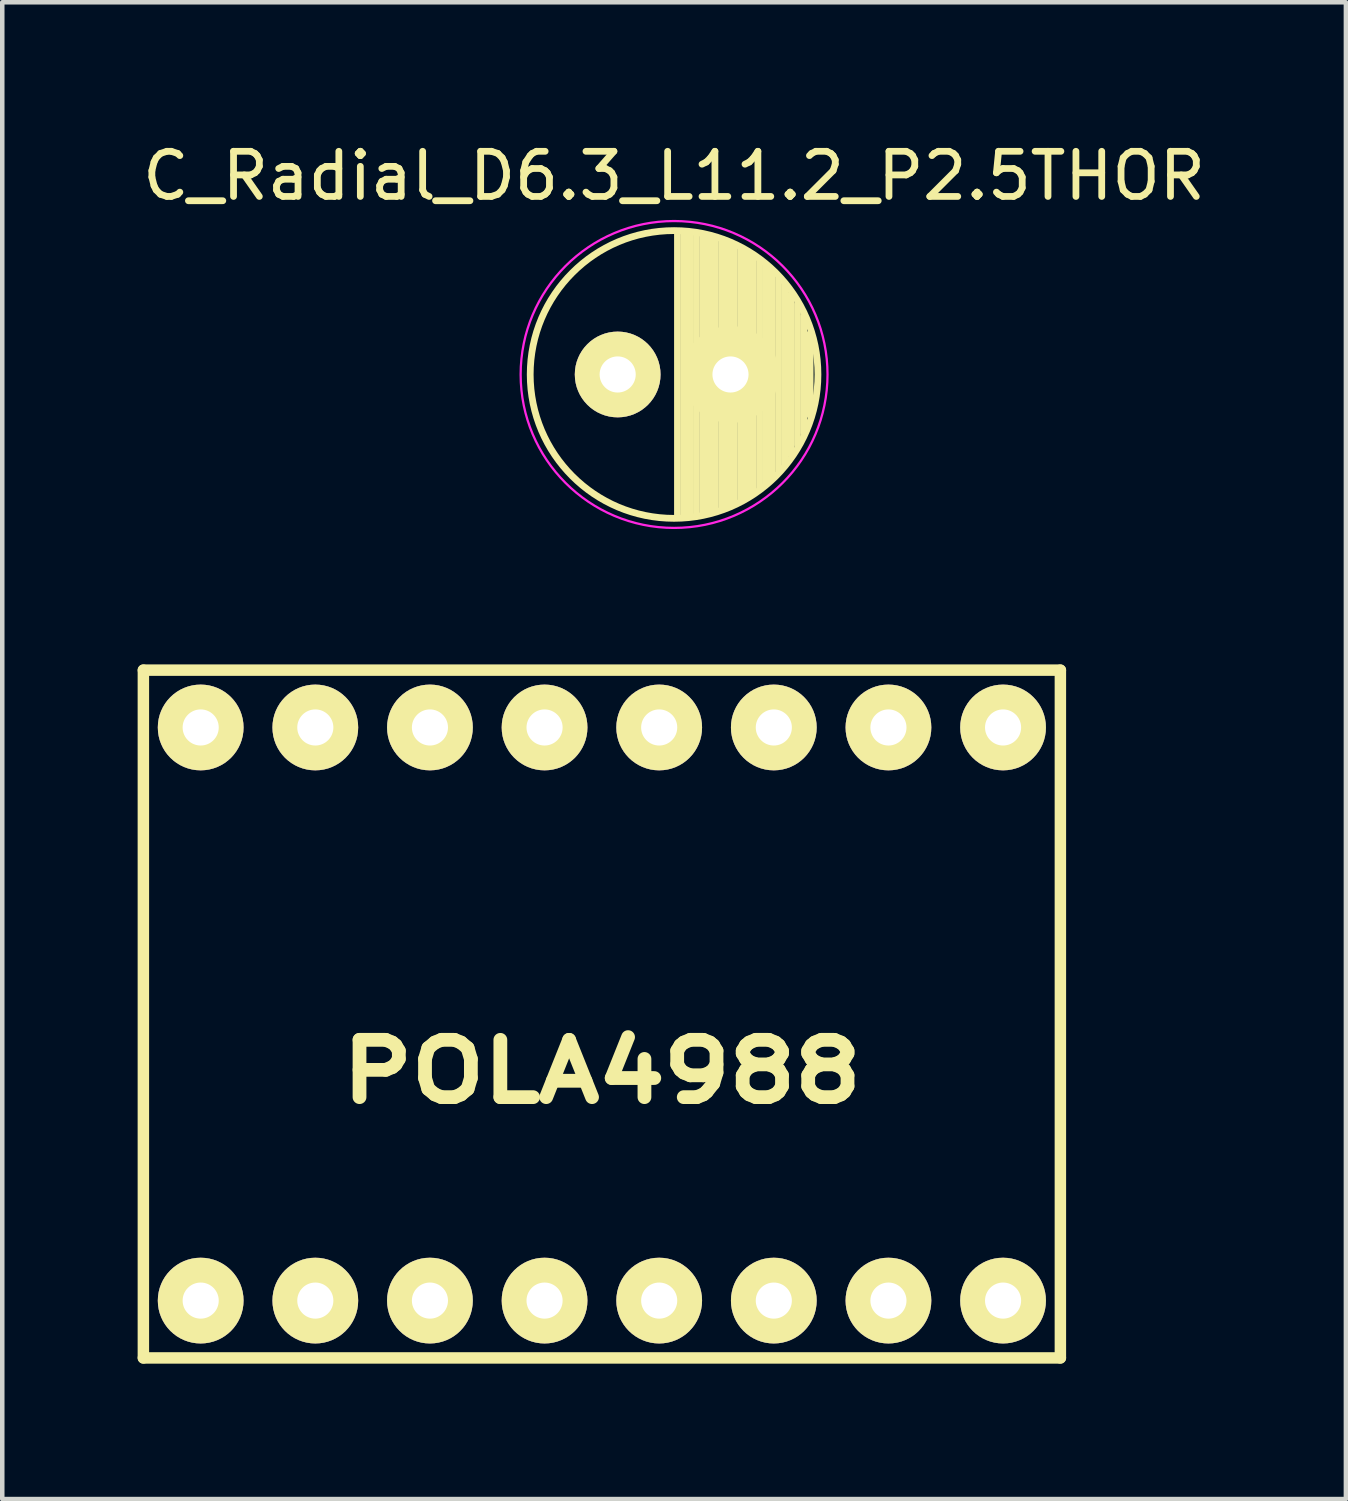
<source format=kicad_pcb>
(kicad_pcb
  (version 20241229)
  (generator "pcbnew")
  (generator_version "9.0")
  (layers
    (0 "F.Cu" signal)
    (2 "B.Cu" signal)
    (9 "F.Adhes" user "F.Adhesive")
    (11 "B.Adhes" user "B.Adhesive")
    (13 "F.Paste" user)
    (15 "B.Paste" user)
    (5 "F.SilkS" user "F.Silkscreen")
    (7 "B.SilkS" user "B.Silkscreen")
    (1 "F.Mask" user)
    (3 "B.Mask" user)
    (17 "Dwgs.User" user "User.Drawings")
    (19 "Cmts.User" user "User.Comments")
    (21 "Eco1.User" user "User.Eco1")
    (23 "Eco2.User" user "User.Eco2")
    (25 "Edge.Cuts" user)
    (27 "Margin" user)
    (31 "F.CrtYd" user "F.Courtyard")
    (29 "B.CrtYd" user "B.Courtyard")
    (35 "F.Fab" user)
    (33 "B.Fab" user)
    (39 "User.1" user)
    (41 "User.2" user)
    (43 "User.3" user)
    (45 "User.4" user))
  (footprint "C_Radial_D6.3_L11.2_P2.5THOR"
    (layer "F.Cu")
    (at 10.637 5.248)
    (property "Reference" "C_Radial_D6.3_L11.2_P2.5THOR" (at 1.25 -4.4 0) (layer "F.SilkS") (effects (font (size 1 1) (thickness 0.15))))
    (attr through_hole)
    (fp_line (start 1.325 -3.149) (end 1.325 3.149) (stroke (width 0.15) (type solid)) (layer "F.SilkS"))
    (fp_line (start 1.465 -3.143) (end 1.465 3.143) (stroke (width 0.15) (type solid)) (layer "F.SilkS"))
    (fp_line (start 1.605 -3.13) (end 1.605 -0.446) (stroke (width 0.15) (type solid)) (layer "F.SilkS"))
    (fp_line (start 1.605 0.446) (end 1.605 3.13) (stroke (width 0.15) (type solid)) (layer "F.SilkS"))
    (fp_line (start 1.745 -3.111) (end 1.745 -0.656) (stroke (width 0.15) (type solid)) (layer "F.SilkS"))
    (fp_line (start 1.745 0.656) (end 1.745 3.111) (stroke (width 0.15) (type solid)) (layer "F.SilkS"))
    (fp_line (start 1.885 -3.085) (end 1.885 -0.789) (stroke (width 0.15) (type solid)) (layer "F.SilkS"))
    (fp_line (start 1.885 0.789) (end 1.885 3.085) (stroke (width 0.15) (type solid)) (layer "F.SilkS"))
    (fp_line (start 2.025 -3.053) (end 2.025 -0.88) (stroke (width 0.15) (type solid)) (layer "F.SilkS"))
    (fp_line (start 2.025 0.88) (end 2.025 3.053) (stroke (width 0.15) (type solid)) (layer "F.SilkS"))
    (fp_line (start 2.165 -3.014) (end 2.165 -0.942) (stroke (width 0.15) (type solid)) (layer "F.SilkS"))
    (fp_line (start 2.165 0.942) (end 2.165 3.014) (stroke (width 0.15) (type solid)) (layer "F.SilkS"))
    (fp_line (start 2.305 -2.968) (end 2.305 -0.981) (stroke (width 0.15) (type solid)) (layer "F.SilkS"))
    (fp_line (start 2.305 0.981) (end 2.305 2.968) (stroke (width 0.15) (type solid)) (layer "F.SilkS"))
    (fp_line (start 2.445 -2.915) (end 2.445 -0.998) (stroke (width 0.15) (type solid)) (layer "F.SilkS"))
    (fp_line (start 2.445 0.998) (end 2.445 2.915) (stroke (width 0.15) (type solid)) (layer "F.SilkS"))
    (fp_line (start 2.585 -2.853) (end 2.585 -0.996) (stroke (width 0.15) (type solid)) (layer "F.SilkS"))
    (fp_line (start 2.585 0.996) (end 2.585 2.853) (stroke (width 0.15) (type solid)) (layer "F.SilkS"))
    (fp_line (start 2.725 -2.783) (end 2.725 -0.974) (stroke (width 0.15) (type solid)) (layer "F.SilkS"))
    (fp_line (start 2.725 0.974) (end 2.725 2.783) (stroke (width 0.15) (type solid)) (layer "F.SilkS"))
    (fp_line (start 2.865 -2.704) (end 2.865 -0.931) (stroke (width 0.15) (type solid)) (layer "F.SilkS"))
    (fp_line (start 2.865 0.931) (end 2.865 2.704) (stroke (width 0.15) (type solid)) (layer "F.SilkS"))
    (fp_line (start 3.005 -2.616) (end 3.005 -0.863) (stroke (width 0.15) (type solid)) (layer "F.SilkS"))
    (fp_line (start 3.005 0.863) (end 3.005 2.616) (stroke (width 0.15) (type solid)) (layer "F.SilkS"))
    (fp_line (start 3.145 -2.516) (end 3.145 -0.764) (stroke (width 0.15) (type solid)) (layer "F.SilkS"))
    (fp_line (start 3.145 0.764) (end 3.145 2.516) (stroke (width 0.15) (type solid)) (layer "F.SilkS"))
    (fp_line (start 3.285 -2.404) (end 3.285 -0.619) (stroke (width 0.15) (type solid)) (layer "F.SilkS"))
    (fp_line (start 3.285 0.619) (end 3.285 2.404) (stroke (width 0.15) (type solid)) (layer "F.SilkS"))
    (fp_line (start 3.425 -2.279) (end 3.425 -0.38) (stroke (width 0.15) (type solid)) (layer "F.SilkS"))
    (fp_line (start 3.425 0.38) (end 3.425 2.279) (stroke (width 0.15) (type solid)) (layer "F.SilkS"))
    (fp_line (start 3.565 -2.136) (end 3.565 2.136) (stroke (width 0.15) (type solid)) (layer "F.SilkS"))
    (fp_line (start 3.705 -1.974) (end 3.705 1.974) (stroke (width 0.15) (type solid)) (layer "F.SilkS"))
    (fp_line (start 3.845 -1.786) (end 3.845 1.786) (stroke (width 0.15) (type solid)) (layer "F.SilkS"))
    (fp_line (start 3.985 -1.563) (end 3.985 1.563) (stroke (width 0.15) (type solid)) (layer "F.SilkS"))
    (fp_line (start 4.125 -1.287) (end 4.125 1.287) (stroke (width 0.15) (type solid)) (layer "F.SilkS"))
    (fp_line (start 4.265 -0.912) (end 4.265 0.912) (stroke (width 0.15) (type solid)) (layer "F.SilkS"))
    (fp_circle (center 1.25 0) (end 1.25 -3.188) (stroke (width 0.15) (type solid)) (fill no) (layer "F.SilkS"))
    (fp_circle (center 2.5 0) (end 2.5 -1) (stroke (width 0.15) (type solid)) (fill no) (layer "F.SilkS"))
    (fp_circle (center 1.25 0) (end 1.25 -3.4) (stroke (width 0.05) (type solid)) (fill no) (layer "F.CrtYd"))
    (pad "1" thru_hole circle (at 0 0) (size 1.9 1.9) (drill 0.8) (layers "*.Cu" "*.Mask" "F.SilkS"))
    (pad "2" thru_hole circle (at 2.5 0) (size 1.9 1.9) (drill 0.8) (layers "*.Cu" "*.Mask" "F.SilkS")))
  (footprint "POLA4988"
    (layer "F.Cu")
    (at 10.287 19.42)
    (property "Reference" "POLA4988" (at 0 1.27 0) (layer "F.SilkS") (effects (font (size 1.27 1.524) (thickness 0.305))))
    (attr through_hole)
    (fp_line (start -10.16 -7.62) (end 10.16 -7.62) (stroke (width 0.254) (type solid)) (layer "F.SilkS"))
    (fp_line (start -10.16 7.62) (end -10.16 -7.62) (stroke (width 0.254) (type solid)) (layer "F.SilkS"))
    (fp_line (start 10.16 -7.62) (end 10.16 7.62) (stroke (width 0.254) (type solid)) (layer "F.SilkS"))
    (fp_line (start 10.16 7.62) (end -10.16 7.62) (stroke (width 0.254) (type solid)) (layer "F.SilkS"))
    (pad "1" thru_hole circle (at -8.89 6.35) (size 1.9 1.9) (drill 0.8) (layers "*.Cu" "*.Mask" "F.SilkS"))
    (pad "2" thru_hole circle (at -6.35 6.35) (size 1.9 1.9) (drill 0.8) (layers "*.Cu" "*.Mask" "F.SilkS"))
    (pad "3" thru_hole circle (at -3.81 6.35) (size 1.9 1.9) (drill 0.8) (layers "*.Cu" "*.Mask" "F.SilkS"))
    (pad "4" thru_hole circle (at -1.27 6.35) (size 1.9 1.9) (drill 0.8) (layers "*.Cu" "*.Mask" "F.SilkS"))
    (pad "5" thru_hole circle (at 1.27 6.35) (size 1.9 1.9) (drill 0.8) (layers "*.Cu" "*.Mask" "F.SilkS"))
    (pad "6" thru_hole circle (at 3.81 6.35) (size 1.9 1.9) (drill 0.8) (layers "*.Cu" "*.Mask" "F.SilkS"))
    (pad "7" thru_hole circle (at 6.35 6.35) (size 1.9 1.9) (drill 0.8) (layers "*.Cu" "*.Mask" "F.SilkS"))
    (pad "8" thru_hole circle (at 8.89 6.35) (size 1.9 1.9) (drill 0.8) (layers "*.Cu" "*.Mask" "F.SilkS"))
    (pad "9" thru_hole circle (at 8.89 -6.35) (size 1.9 1.9) (drill 0.8) (layers "*.Cu" "*.Mask" "F.SilkS"))
    (pad "10" thru_hole circle (at 6.35 -6.35) (size 1.9 1.9) (drill 0.8) (layers "*.Cu" "*.Mask" "F.SilkS"))
    (pad "11" thru_hole circle (at 3.81 -6.35) (size 1.9 1.9) (drill 0.8) (layers "*.Cu" "*.Mask" "F.SilkS"))
    (pad "12" thru_hole circle (at 1.27 -6.35) (size 1.9 1.9) (drill 0.8) (layers "*.Cu" "*.Mask" "F.SilkS"))
    (pad "13" thru_hole circle (at -1.27 -6.35) (size 1.9 1.9) (drill 0.8) (layers "*.Cu" "*.Mask" "F.SilkS"))
    (pad "14" thru_hole circle (at -3.81 -6.35) (size 1.9 1.9) (drill 0.8) (layers "*.Cu" "*.Mask" "F.SilkS"))
    (pad "15" thru_hole circle (at -6.35 -6.35) (size 1.9 1.9) (drill 0.8) (layers "*.Cu" "*.Mask" "F.SilkS"))
    (pad "16" thru_hole circle (at -8.89 -6.35) (size 1.9 1.9) (drill 0.8) (layers "*.Cu" "*.Mask" "F.SilkS")))
  (gr_rect
    (start -3 -3)
    (end 26.774 30.167)
    (stroke (width 0.1) (type default))
    (fill no)
    (layer "Edge.Cuts")))
</source>
